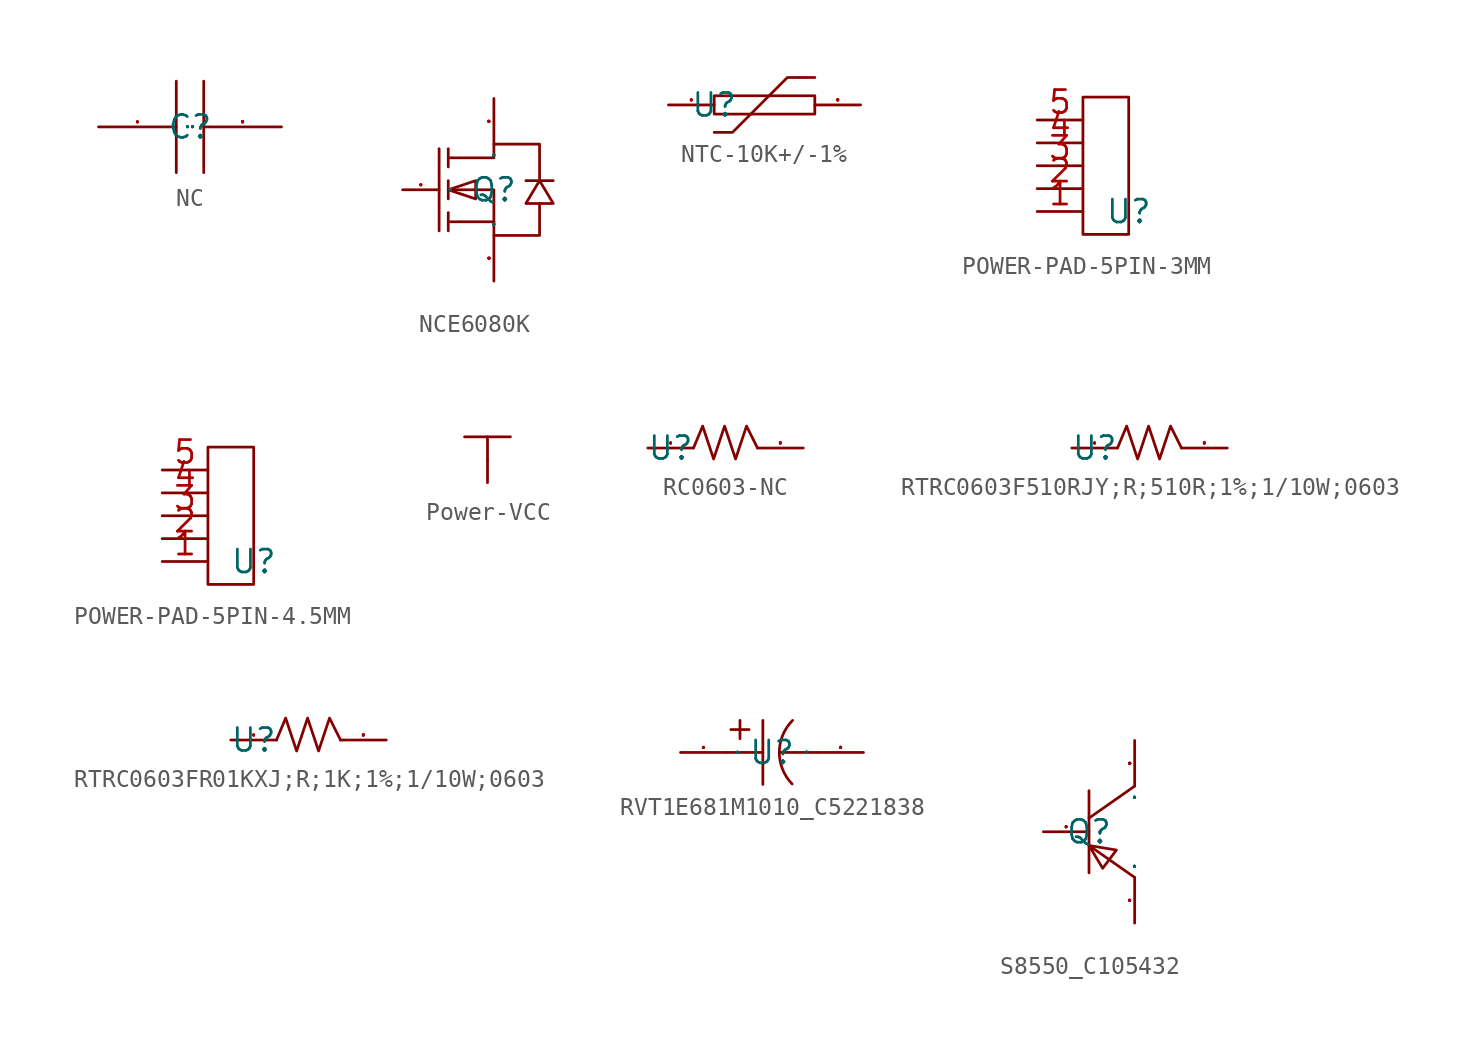
<source format=kicad_sym>
(kicad_symbol_lib
  (version 20231120)
  (generator "kicad_symbol_editor")
  (generator_version "8.0")
  (symbol "NC"
    (property "Reference" "C"
      (at 0 0 0)
      (effects (font (size 1.27 1.27))))
    (property "Value" ""
      (at 0 0 0)
      (effects (font (size 1.27 1.27))))
    (symbol "NC_1_0"
      (polyline (pts (xy -0.762 -2.54) (xy -0.762 2.54)) (stroke (width 0) (type default)) (fill (type none)))
      (polyline (pts (xy 0.762 2.54) (xy 0.762 -2.54)) (stroke (width 0) (type default)) (fill (type none)))
      (pin unspecified line (at -5.08 0 0) (length 4.318) (name "1" (effects (font (size 0.025 0.025)))) (number "1" (effects (font (size 0.025 0.025)))))
      (pin unspecified line (at 5.08 0 180) (length 4.318) (name "2" (effects (font (size 0.025 0.025)))) (number "2" (effects (font (size 0.025 0.025)))))))
  (symbol "NCE6080K"
    (property "Reference" "Q"
      (at 0 0 0)
      (effects (font (size 1.27 1.27))))
    (property "Value" ""
      (at 0 0 0)
      (effects (font (size 1.27 1.27))))
    (symbol "NCE6080K_1_0"
      (polyline (pts (xy -3.048 2.286) (xy -3.048 -2.286)) (stroke (width 0) (type default)) (fill (type none)))
      (polyline (pts (xy -2.54 -2.286) (xy -2.54 -1.27)) (stroke (width 0) (type default)) (fill (type none)))
      (polyline (pts (xy -2.54 -0.508) (xy -2.54 0.508)) (stroke (width 0) (type default)) (fill (type none)))
      (polyline (pts (xy -2.54 2.286) (xy -2.54 1.27)) (stroke (width 0) (type default)) (fill (type none)))
      (polyline (pts (xy 0 -1.778) (xy -2.54 -1.778)) (stroke (width 0) (type default)) (fill (type none)))
      (polyline (pts (xy -2.54 0) (xy -1.016 -0.508) (xy -1.016 -0.508) (xy -1.016 0.508) (xy -1.016 0.508) (xy -2.54 0)) (stroke (width 0) (type default)) (fill (type none)))
      (polyline (pts (xy 2.54 0.508) (xy 1.778 -0.762) (xy 1.778 -0.762) (xy 3.302 -0.762) (xy 3.302 -0.762) (xy 2.54 0.508)) (stroke (width 0) (type default)) (fill (type none)))
      (polyline (pts (xy 3.302 0.508) (xy 3.048 0.508) (xy 3.048 0.508) (xy 2.032 0.508) (xy 2.032 0.508) (xy 1.778 0.508)) (stroke (width 0) (type default)) (fill (type none)))
      (polyline (pts (xy -2.54 0) (xy 0 0) (xy 0 0) (xy 0 -2.54) (xy 0 -2.54) (xy 2.54 -2.54) (xy 2.54 -2.54) (xy 2.54 -0.762)) (stroke (width 0) (type default)) (fill (type none)))
      (polyline (pts (xy -2.54 1.778) (xy 0 1.778) (xy 0 1.778) (xy 0 2.54) (xy 0 2.54) (xy 2.54 2.54) (xy 2.54 2.54) (xy 2.54 0.508)) (stroke (width 0) (type default)) (fill (type none)))
      (pin unspecified line (at -5.08 0 0) (length 2.032) (name "G" (effects (font (size 0.025 0.025)))) (number "1" (effects (font (size 0.025 0.025)))))
      (pin unspecified line (at 0 5.08 270) (length 2.54) (name "D" (effects (font (size 0.025 0.025)))) (number "2" (effects (font (size 0.025 0.025)))))
      (pin unspecified line (at 0 -5.08 90) (length 2.54) (name "S" (effects (font (size 0.025 0.025)))) (number "3" (effects (font (size 0.025 0.025)))))))
  (symbol "NTC-10K+/-1%"
    (property "Reference" "U"
      (at 0 0 0)
      (effects (font (size 1.27 1.27))))
    (symbol "NTC-10K+/-1%_1_0"
      (polyline (pts (xy 5.588 1.524) (xy 4.064 1.524) (xy 4.064 1.524) (xy 1.016 -1.524) (xy 1.016 -1.524) (xy 0 -1.524)) (stroke (width 0) (type default)) (fill (type none)))
      (polyline (pts (xy 0 0.508) (xy 5.588 0.508) (xy 5.588 0.508) (xy 5.588 -0.508) (xy 5.588 -0.508) (xy 0 -0.508) (xy 0 -0.508) (xy 0 0.508)) (stroke (width 0) (type default)) (fill (type none)))
      (pin unspecified line (at -2.54 0 0) (length 2.54) (name "" (effects (font (size 0.025 0.025)))) (number "1" (effects (font (size 0.025 0.025)))))
      (pin unspecified line (at 8.128 0 180) (length 2.54) (name "" (effects (font (size 0.025 0.025)))) (number "2" (effects (font (size 0.025 0.025)))))))
  (symbol "POWER-PAD-5PIN-3MM"
    (property "Reference" "U"
      (at 0 0 0)
      (effects (font (size 1.27 1.27))))
    (property "Value" ""
      (at 0 0 0)
      (effects (font (size 1.27 1.27))))
    (symbol "POWER-PAD-5PIN-3MM_1_0"
      (polyline (pts (xy -2.54 -1.27) (xy -2.54 6.35) (xy -2.54 6.35) (xy 0 6.35) (xy 0 6.35) (xy 0 -1.27) (xy 0 -1.27) (xy -2.54 -1.27)) (stroke (width 0) (type default)) (fill (type none)))
      (pin unspecified line (at -5.08 0 0) (length 2.54) (name "" (effects (font (size 0.025 0.025)))) (number "1" (effects (font (size 1.27 1.27)))))
      (pin unspecified line (at -5.08 1.27 0) (length 2.54) (name "" (effects (font (size 0.025 0.025)))) (number "2" (effects (font (size 1.27 1.27)))))
      (pin unspecified line (at -5.08 2.54 0) (length 2.54) (name "" (effects (font (size 0.025 0.025)))) (number "3" (effects (font (size 1.27 1.27)))))
      (pin unspecified line (at -5.08 3.81 0) (length 2.54) (name "" (effects (font (size 0.025 0.025)))) (number "4" (effects (font (size 1.27 1.27)))))
      (pin unspecified line (at -5.08 5.08 0) (length 2.54) (name "" (effects (font (size 0.025 0.025)))) (number "5" (effects (font (size 1.27 1.27)))))))
  (symbol "POWER-PAD-5PIN-4.5MM"
    (property "Reference" "U"
      (at 0 0 0)
      (effects (font (size 1.27 1.27))))
    (symbol "POWER-PAD-5PIN-4.5MM_1_0"
      (polyline (pts (xy -2.54 -1.27) (xy -2.54 6.35) (xy -2.54 6.35) (xy 0 6.35) (xy 0 6.35) (xy 0 -1.27) (xy 0 -1.27) (xy -2.54 -1.27)) (stroke (width 0) (type default)) (fill (type none)))
      (pin unspecified line (at -5.08 0 0) (length 2.54) (name "" (effects (font (size 0.025 0.025)))) (number "1" (effects (font (size 1.27 1.27)))))
      (pin unspecified line (at -5.08 1.27 0) (length 2.54) (name "" (effects (font (size 0.025 0.025)))) (number "2" (effects (font (size 1.27 1.27)))))
      (pin unspecified line (at -5.08 2.54 0) (length 2.54) (name "" (effects (font (size 0.025 0.025)))) (number "3" (effects (font (size 1.27 1.27)))))
      (pin unspecified line (at -5.08 3.81 0) (length 2.54) (name "" (effects (font (size 0.025 0.025)))) (number "4" (effects (font (size 1.27 1.27)))))
      (pin unspecified line (at -5.08 5.08 0) (length 2.54) (name "" (effects (font (size 0.025 0.025)))) (number "5" (effects (font (size 1.27 1.27)))))))
  (symbol "Power-VCC"
    (power)
    (pin_numbers hide)
    (pin_names hide)
    (property "Reference" "#PWR"
      (at 0 0 0)
      (effects (font (size 1.27 1.27)) (hide yes)))
    (property "Value" ""
      (at 0 2.54 0)
      (effects (font (size 1.27 1.27)) (justify bottom)))
    (symbol "Power-VCC_1_0"
      (polyline (pts (xy -1.27 2.54) (xy 1.27 2.54)) (stroke (width 0) (type default)) (fill (type none)))
      (polyline (pts (xy 0 2.54) (xy 0 1.27)) (stroke (width 0) (type default)) (fill (type none)))
      (pin power_in line (at 0 0 90) (length 1.27) (name "" (effects (font (size 1.27 1.27)))) (number "1" (effects (font (size 0.025 0.025)))))))
  (symbol "RC0603-NC"
    (property "Reference" "U"
      (at 0 0 0)
      (effects (font (size 1.27 1.27))))
    (symbol "RC0603-NC_1_0"
      (polyline (pts (xy 1.27 0) (xy 1.778 1.219) (xy 1.778 1.219) (xy 2.388 -0.61) (xy 2.388 -0.61) (xy 2.997 1.219) (xy 2.997 1.219) (xy 3.607 -0.61) (xy 3.607 -0.61) (xy 4.216 1.219) (xy 4.216 1.219) (xy 4.826 0)) (stroke (width 0) (type default)) (fill (type none)))
      (pin unspecified line (at -1.27 0 0) (length 2.54) (name "" (effects (font (size 0.025 0.025)))) (number "1" (effects (font (size 0.025 0.025)))))
      (pin unspecified line (at 7.366 0 180) (length 2.54) (name "" (effects (font (size 0.025 0.025)))) (number "2" (effects (font (size 0.025 0.025)))))))
  (symbol "RTRC0603F510RJY;R;510R;1%;1/10W;0603"
    (property "Reference" "U"
      (at 0 0 0)
      (effects (font (size 1.27 1.27))))
    (symbol "RTRC0603F510RJY;R;510R;1%;1/10W;0603_1_0"
      (polyline (pts (xy 1.27 0) (xy 1.778 1.219) (xy 1.778 1.219) (xy 2.388 -0.61) (xy 2.388 -0.61) (xy 2.997 1.219) (xy 2.997 1.219) (xy 3.607 -0.61) (xy 3.607 -0.61) (xy 4.216 1.219) (xy 4.216 1.219) (xy 4.826 0)) (stroke (width 0) (type default)) (fill (type none)))
      (pin unspecified line (at -1.27 0 0) (length 2.54) (name "" (effects (font (size 0.025 0.025)))) (number "1" (effects (font (size 0.025 0.025)))))
      (pin unspecified line (at 7.366 0 180) (length 2.54) (name "" (effects (font (size 0.025 0.025)))) (number "2" (effects (font (size 0.025 0.025)))))))
  (symbol "RTRC0603FR01KXJ;R;1K;1%;1/10W;0603"
    (property "Reference" "U"
      (at 0 0 0)
      (effects (font (size 1.27 1.27))))
    (symbol "RTRC0603FR01KXJ;R;1K;1%;1/10W;0603_1_0"
      (polyline (pts (xy 1.27 0) (xy 1.778 1.219) (xy 1.778 1.219) (xy 2.388 -0.61) (xy 2.388 -0.61) (xy 2.997 1.219) (xy 2.997 1.219) (xy 3.607 -0.61) (xy 3.607 -0.61) (xy 4.216 1.219) (xy 4.216 1.219) (xy 4.826 0)) (stroke (width 0) (type default)) (fill (type none)))
      (pin unspecified line (at -1.27 0 0) (length 2.54) (name "" (effects (font (size 0.025 0.025)))) (number "1" (effects (font (size 0.025 0.025)))))
      (pin unspecified line (at 7.366 0 180) (length 2.54) (name "" (effects (font (size 0.025 0.025)))) (number "2" (effects (font (size 0.025 0.025)))))))
  (symbol "RVT1E681M1010_C5221838"
    (property "Reference" "U"
      (at 0 0 0)
      (effects (font (size 1.27 1.27))))
    (symbol "RVT1E681M1010_C5221838_1_0"
      (polyline (pts (xy -2.54 0) (xy -0.508 0)) (stroke (width 0) (type default)) (fill (type none)))
      (polyline (pts (xy -2.286 1.27) (xy -1.27 1.27)) (stroke (width 0) (type default)) (fill (type none)))
      (polyline (pts (xy -1.778 1.778) (xy -1.778 0.762)) (stroke (width 0) (type default)) (fill (type none)))
      (polyline (pts (xy -0.508 1.778) (xy -0.508 -1.778)) (stroke (width 0) (type default)) (fill (type none)))
      (polyline (pts (xy 0.508 0) (xy 2.54 0)) (stroke (width 0) (type default)) (fill (type none)))
      (arc (start 1.143 1.778) (mid 0.4065 0.0179) (end 1.1176 -1.7526) (stroke (width 0) (type default)) (fill (type none)))
      (pin input line (at -5.08 0 0) (length 2.54) (name "1" (effects (font (size 0.025 0.025)))) (number "1" (effects (font (size 0.025 0.025)))))
      (pin input line (at 5.08 0 180) (length 2.54) (name "2" (effects (font (size 0.025 0.025)))) (number "2" (effects (font (size 0.025 0.025)))))))
  (symbol "S8550_C105432"
    (property "Reference" "Q"
      (at 0 0 0)
      (effects (font (size 1.27 1.27))))
    (property "Value" ""
      (at 0 0 0)
      (effects (font (size 1.27 1.27))))
    (symbol "S8550_C105432_1_0"
      (polyline (pts (xy 0 -0.762) (xy 2.54 -2.54)) (stroke (width 0) (type default)) (fill (type none)))
      (polyline (pts (xy 0 2.286) (xy 0 -2.286)) (stroke (width 0) (type default)) (fill (type none)))
      (polyline (pts (xy 2.54 2.54) (xy 0 0.762)) (stroke (width 0) (type default)) (fill (type none)))
      (polyline (pts (xy 0 -0.762) (xy 0.762 -2.032) (xy 0.762 -2.032) (xy 1.524 -1.016) (xy 1.524 -1.016) (xy 0 -0.762)) (stroke (width 0) (type default)) (fill (type none)))
      (pin input line (at -2.54 0 0) (length 2.54) (name "1" (effects (font (size 0.025 0.025)))) (number "1" (effects (font (size 0.025 0.025)))))
      (pin input line (at 2.54 -5.08 90) (length 2.54) (name "2" (effects (font (size 0.025 0.025)))) (number "2" (effects (font (size 0.025 0.025)))))
      (pin input line (at 2.54 5.08 270) (length 2.54) (name "3" (effects (font (size 0.025 0.025)))) (number "3" (effects (font (size 0.025 0.025))))))))
</source>
